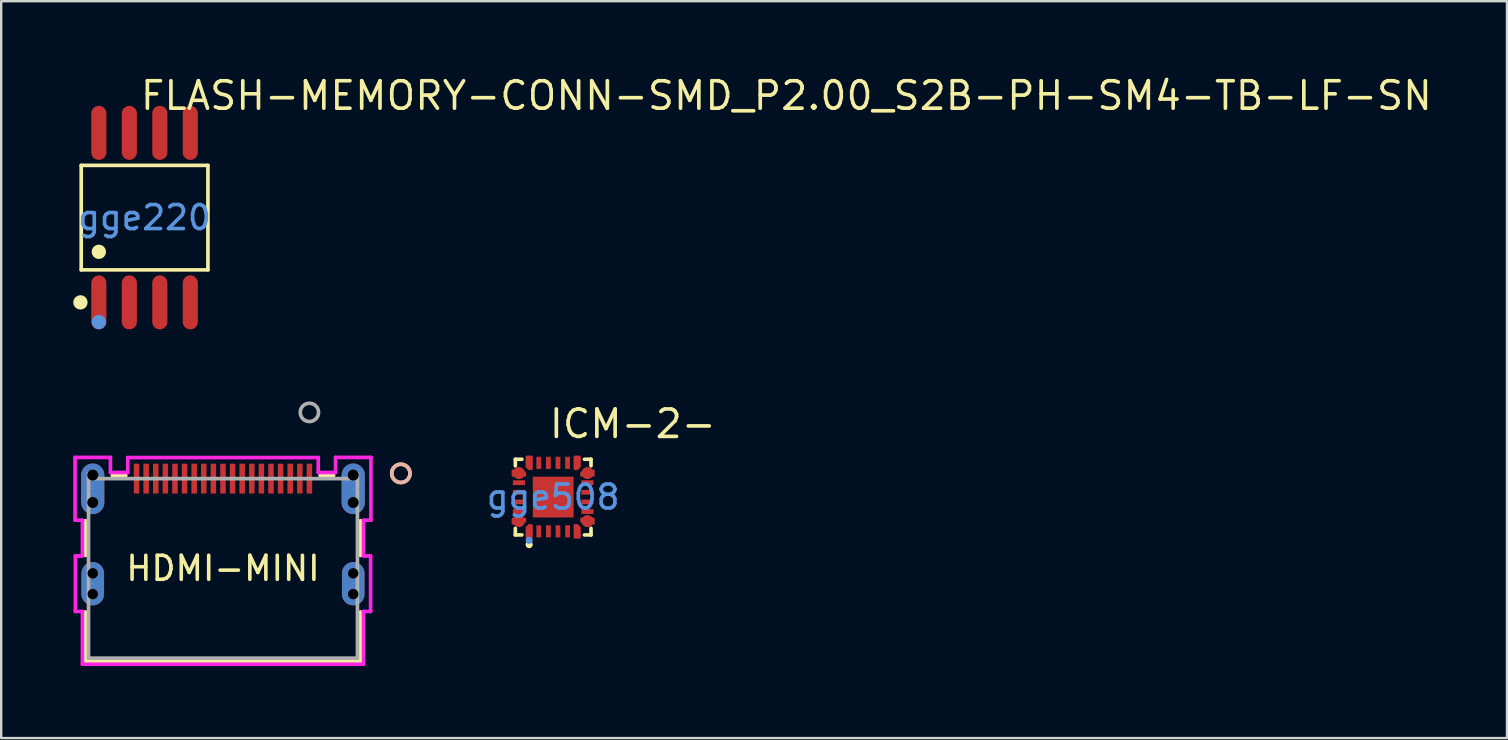
<source format=kicad_pcb>
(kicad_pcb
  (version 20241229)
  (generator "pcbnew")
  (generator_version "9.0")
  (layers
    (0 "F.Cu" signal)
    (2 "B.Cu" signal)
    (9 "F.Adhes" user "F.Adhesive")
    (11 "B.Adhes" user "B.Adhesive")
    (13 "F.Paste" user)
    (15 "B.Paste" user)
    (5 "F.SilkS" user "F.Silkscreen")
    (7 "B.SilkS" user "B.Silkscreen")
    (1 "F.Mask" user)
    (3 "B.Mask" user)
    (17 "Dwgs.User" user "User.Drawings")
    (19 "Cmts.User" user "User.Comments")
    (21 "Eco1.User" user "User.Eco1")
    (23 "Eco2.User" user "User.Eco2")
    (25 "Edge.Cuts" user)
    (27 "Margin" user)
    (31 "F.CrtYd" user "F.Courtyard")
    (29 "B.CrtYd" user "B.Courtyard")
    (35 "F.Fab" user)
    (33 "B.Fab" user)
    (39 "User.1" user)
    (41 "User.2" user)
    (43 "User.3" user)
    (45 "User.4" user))
  (footprint "FLASH-MEMORY-CONN-SMD_P2.00_S2B-PH-SM4-TB-LF-SN"
    (layer "F.Cu")
    (at 2.972 6.015)
    (property "Reference" "FLASH-MEMORY-CONN-SMD_P2.00_S2B-PH-SM4-TB-LF-SN" (at -0.254 -5.08 0) (layer "F.SilkS") (effects (font (size 1.143 1.143) (thickness 0.152)) (justify left)))
    (attr smd)
    (fp_line (start -2.639 -2.176) (end 2.639 -2.176) (stroke (width 0.152) (type solid)) (layer "F.SilkS"))
    (fp_line (start -2.639 2.176) (end -2.639 -2.176) (stroke (width 0.152) (type solid)) (layer "F.SilkS"))
    (fp_line (start 2.639 -2.176) (end 2.639 2.176) (stroke (width 0.152) (type solid)) (layer "F.SilkS"))
    (fp_line (start 2.639 2.176) (end -2.639 2.176) (stroke (width 0.152) (type solid)) (layer "F.SilkS"))
    (fp_circle (center -2.672 3.53) (end -2.522 3.53) (stroke (width 0.3) (type solid)) (fill no) (layer "F.SilkS"))
    (fp_circle (center -1.905 1.424) (end -1.755 1.424) (stroke (width 0.3) (type solid)) (fill no) (layer "F.SilkS"))
    (fp_circle (center -1.905 4.35) (end -1.755 4.35) (stroke (width 0.3) (type solid)) (fill no) (layer "Cmts.User"))
    (fp_text user "gge220" (at 0 0 0) (layer "Cmts.User") (effects (font (size 1 1) (thickness 0.15))))
    (pad "1" smd oval (at -1.905 3.53) (size 0.63 2.25) (layers "F.Cu" "F.Mask" "F.Paste"))
    (pad "2" smd oval (at -0.635 3.53) (size 0.63 2.25) (layers "F.Cu" "F.Mask" "F.Paste"))
    (pad "3" smd oval (at 0.635 3.53) (size 0.63 2.25) (layers "F.Cu" "F.Mask" "F.Paste"))
    (pad "4" smd oval (at 1.905 3.53) (size 0.63 2.25) (layers "F.Cu" "F.Mask" "F.Paste"))
    (pad "5" smd oval (at 1.905 -3.53) (size 0.63 2.25) (layers "F.Cu" "F.Mask" "F.Paste"))
    (pad "6" smd oval (at 0.635 -3.53) (size 0.63 2.25) (layers "F.Cu" "F.Mask" "F.Paste"))
    (pad "7" smd oval (at -0.635 -3.53) (size 0.63 2.25) (layers "F.Cu" "F.Mask" "F.Paste"))
    (pad "8" smd oval (at -1.905 -3.53) (size 0.63 2.25) (layers "F.Cu" "F.Mask" "F.Paste")))
  (footprint "HDMI-MINI"
    (layer "F.Cu")
    (at 6.238 20.625)
    (property "Reference" "HDMI-MINI" (at 0 0 0) (layer "F.SilkS") (effects (font (size 1 1) (thickness 0.15))))
    (attr through_hole)
    (fp_line (start -5.728 -1.986) (end -5.728 -0.536) (stroke (width 0.152) (type solid)) (layer "F.SilkS"))
    (fp_line (start -5.728 1.814) (end -5.728 3.866) (stroke (width 0.152) (type solid)) (layer "F.SilkS"))
    (fp_line (start -5.728 3.866) (end 5.728 3.866) (stroke (width 0.152) (type solid)) (layer "F.SilkS"))
    (fp_line (start -4.047 -3.866) (end -4.61 -3.866) (stroke (width 0.152) (type solid)) (layer "F.SilkS"))
    (fp_line (start 4.61 -3.866) (end 4.047 -3.866) (stroke (width 0.152) (type solid)) (layer "F.SilkS"))
    (fp_line (start 5.728 -0.536) (end 5.728 -1.986) (stroke (width 0.152) (type solid)) (layer "F.SilkS"))
    (fp_line (start 5.728 3.866) (end 5.728 1.814) (stroke (width 0.152) (type solid)) (layer "F.SilkS"))
    (fp_circle (center 7.41 -3.957) (end 7.791 -3.957) (stroke (width 0.152) (type solid)) (fill no) (layer "F.SilkS"))
    (fp_circle (center 7.41 -3.957) (end 7.791 -3.957) (stroke (width 0.152) (type solid)) (fill no) (layer "B.SilkS"))
    (fp_line (start -6.162 -4.622) (end -6.162 -2.006) (stroke (width 0.152) (type solid)) (layer "F.CrtYd"))
    (fp_line (start -6.162 -2.006) (end -5.855 -2.006) (stroke (width 0.152) (type solid)) (layer "F.CrtYd"))
    (fp_line (start -6.149 -0.517) (end -6.149 1.795) (stroke (width 0.152) (type solid)) (layer "F.CrtYd"))
    (fp_line (start -6.149 1.795) (end -5.855 1.795) (stroke (width 0.152) (type solid)) (layer "F.CrtYd"))
    (fp_line (start -5.855 -2.006) (end -5.855 -0.517) (stroke (width 0.152) (type solid)) (layer "F.CrtYd"))
    (fp_line (start -5.855 -0.517) (end -6.149 -0.517) (stroke (width 0.152) (type solid)) (layer "F.CrtYd"))
    (fp_line (start -5.855 1.795) (end -5.855 3.993) (stroke (width 0.152) (type solid)) (layer "F.CrtYd"))
    (fp_line (start -5.855 3.993) (end 5.855 3.993) (stroke (width 0.152) (type solid)) (layer "F.CrtYd"))
    (fp_line (start -4.688 -4.622) (end -6.162 -4.622) (stroke (width 0.152) (type solid)) (layer "F.CrtYd"))
    (fp_line (start -4.688 -3.993) (end -4.688 -4.622) (stroke (width 0.152) (type solid)) (layer "F.CrtYd"))
    (fp_line (start -3.968 -4.615) (end -3.968 -3.993) (stroke (width 0.152) (type solid)) (layer "F.CrtYd"))
    (fp_line (start -3.968 -3.993) (end -4.688 -3.993) (stroke (width 0.152) (type solid)) (layer "F.CrtYd"))
    (fp_line (start 3.968 -4.615) (end -3.968 -4.615) (stroke (width 0.152) (type solid)) (layer "F.CrtYd"))
    (fp_line (start 3.968 -3.993) (end 3.968 -4.615) (stroke (width 0.152) (type solid)) (layer "F.CrtYd"))
    (fp_line (start 4.688 -4.622) (end 4.688 -3.993) (stroke (width 0.152) (type solid)) (layer "F.CrtYd"))
    (fp_line (start 4.688 -3.993) (end 3.968 -3.993) (stroke (width 0.152) (type solid)) (layer "F.CrtYd"))
    (fp_line (start 5.855 -2.006) (end 6.162 -2.006) (stroke (width 0.152) (type solid)) (layer "F.CrtYd"))
    (fp_line (start 5.855 -0.517) (end 5.855 -2.006) (stroke (width 0.152) (type solid)) (layer "F.CrtYd"))
    (fp_line (start 5.855 1.795) (end 6.149 1.795) (stroke (width 0.152) (type solid)) (layer "F.CrtYd"))
    (fp_line (start 5.855 3.993) (end 5.855 1.795) (stroke (width 0.152) (type solid)) (layer "F.CrtYd"))
    (fp_line (start 6.149 -0.517) (end 5.855 -0.517) (stroke (width 0.152) (type solid)) (layer "F.CrtYd"))
    (fp_line (start 6.149 1.795) (end 6.149 -0.517) (stroke (width 0.152) (type solid)) (layer "F.CrtYd"))
    (fp_line (start 6.162 -4.622) (end 4.688 -4.622) (stroke (width 0.152) (type solid)) (layer "F.CrtYd"))
    (fp_line (start 6.162 -2.006) (end 6.162 -4.622) (stroke (width 0.152) (type solid)) (layer "F.CrtYd"))
    (fp_line (start -5.601 -3.957) (end -5.601 3.739) (stroke (width 0.152) (type solid)) (layer "F.Fab"))
    (fp_line (start -5.601 3.739) (end 5.601 3.739) (stroke (width 0.152) (type solid)) (layer "F.Fab"))
    (fp_line (start 5.601 -3.739) (end -5.601 -3.739) (stroke (width 0.152) (type solid)) (layer "F.Fab"))
    (fp_line (start 5.601 3.739) (end 5.601 -3.957) (stroke (width 0.152) (type solid)) (layer "F.Fab"))
    (fp_circle (center 3.6 -6.497) (end 3.981 -6.497) (stroke (width 0.152) (type solid)) (fill no) (layer "F.Fab"))
    (fp_text user "Copyright 2016 Accelerated Designs. All rights reserved." (at 0 0 0) (layer "Cmts.User") (effects (font (size 0.127 0.127) (thickness 0.002))))
    (pad "" np_thru_hole circle (at -5.425 -3.886) (size 0.457 0.457) (drill 0.457) (layers))
    (pad "" np_thru_hole circle (at -5.425 -2.743) (size 0.457 0.457) (drill 0.457) (layers))
    (pad "" np_thru_hole circle (at -5.425 0.207) (size 0.432 0.432) (drill 0.432) (layers))
    (pad "" np_thru_hole circle (at -5.425 1.071) (size 0.432 0.432) (drill 0.432) (layers))
    (pad "" np_thru_hole circle (at 5.425 -3.886) (size 0.457 0.457) (drill 0.457) (layers))
    (pad "" np_thru_hole circle (at 5.425 -2.743) (size 0.457 0.457) (drill 0.457) (layers))
    (pad "" np_thru_hole circle (at 5.425 0.207) (size 0.432 0.432) (drill 0.432) (layers))
    (pad "" np_thru_hole circle (at 5.425 1.071) (size 0.432 0.432) (drill 0.432) (layers))
    (pad "1" smd rect (at 3.6 -3.739) (size 0.229 1.245) (layers "F.Cu" "F.Mask" "F.Paste"))
    (pad "2" smd rect (at 3.2 -3.739) (size 0.229 1.245) (layers "F.Cu" "F.Mask" "F.Paste"))
    (pad "3" smd rect (at 2.8 -3.739) (size 0.229 1.245) (layers "F.Cu" "F.Mask" "F.Paste"))
    (pad "4" smd rect (at 2.4 -3.739) (size 0.229 1.245) (layers "F.Cu" "F.Mask" "F.Paste"))
    (pad "5" smd rect (at 2 -3.739) (size 0.229 1.245) (layers "F.Cu" "F.Mask" "F.Paste"))
    (pad "6" smd rect (at 1.6 -3.739) (size 0.229 1.245) (layers "F.Cu" "F.Mask" "F.Paste"))
    (pad "7" smd rect (at 1.2 -3.739) (size 0.229 1.245) (layers "F.Cu" "F.Mask" "F.Paste"))
    (pad "8" smd rect (at 0.8 -3.739) (size 0.229 1.245) (layers "F.Cu" "F.Mask" "F.Paste"))
    (pad "9" smd rect (at 0.4 -3.739) (size 0.229 1.245) (layers "F.Cu" "F.Mask" "F.Paste"))
    (pad "10" smd rect (at 0 -3.739) (size 0.229 1.245) (layers "F.Cu" "F.Mask" "F.Paste"))
    (pad "11" smd rect (at -0.4 -3.739) (size 0.229 1.245) (layers "F.Cu" "F.Mask" "F.Paste"))
    (pad "12" smd rect (at -0.8 -3.739) (size 0.229 1.245) (layers "F.Cu" "F.Mask" "F.Paste"))
    (pad "13" smd rect (at -1.2 -3.739) (size 0.229 1.245) (layers "F.Cu" "F.Mask" "F.Paste"))
    (pad "14" smd rect (at -1.6 -3.739) (size 0.229 1.245) (layers "F.Cu" "F.Mask" "F.Paste"))
    (pad "15" smd rect (at -2 -3.739) (size 0.229 1.245) (layers "F.Cu" "F.Mask" "F.Paste"))
    (pad "16" smd rect (at -2.4 -3.739) (size 0.229 1.245) (layers "F.Cu" "F.Mask" "F.Paste"))
    (pad "17" smd rect (at -2.8 -3.739) (size 0.229 1.245) (layers "F.Cu" "F.Mask" "F.Paste"))
    (pad "18" smd rect (at -3.2 -3.739) (size 0.229 1.245) (layers "F.Cu" "F.Mask" "F.Paste"))
    (pad "19" smd rect (at -3.6 -3.739) (size 0.229 1.245) (layers "F.Cu" "F.Mask" "F.Paste"))
    (pad "20" thru_hole oval (at -5.425 -3.314 90) (size 2.108 0.965) (drill 0.025) (layers "*.Cu" "*.Mask"))
    (pad "21" thru_hole oval (at 5.425 -3.314 90) (size 2.108 0.965) (drill 0.025) (layers "*.Cu" "*.Mask"))
    (pad "22" thru_hole oval (at -5.425 0.639 90) (size 1.803 0.94) (drill 0.025) (layers "*.Cu" "*.Mask"))
    (pad "23" thru_hole oval (at 5.425 0.639 90) (size 1.803 0.94) (drill 0.025) (layers "*.Cu" "*.Mask")))
  (footprint "ICM-2-"
    (layer "F.Cu")
    (at 19.992 17.656)
    (property "Reference" "ICM-2-" (at -0.24 -3.05 0) (layer "F.SilkS") (effects (font (size 1.143 1.143) (thickness 0.152)) (justify left)))
    (attr smd)
    (fp_line (start -1.576 -1.576) (end -1.303 -1.576) (stroke (width 0.152) (type solid)) (layer "F.SilkS"))
    (fp_line (start -1.576 -1.303) (end -1.576 -1.576) (stroke (width 0.152) (type solid)) (layer "F.SilkS"))
    (fp_line (start -1.576 1.303) (end -1.576 1.576) (stroke (width 0.152) (type solid)) (layer "F.SilkS"))
    (fp_line (start -1.576 1.576) (end -1.303 1.576) (stroke (width 0.152) (type solid)) (layer "F.SilkS"))
    (fp_line (start 1.576 -1.576) (end 1.303 -1.576) (stroke (width 0.152) (type solid)) (layer "F.SilkS"))
    (fp_line (start 1.576 -1.303) (end 1.576 -1.576) (stroke (width 0.152) (type solid)) (layer "F.SilkS"))
    (fp_line (start 1.576 1.303) (end 1.576 1.576) (stroke (width 0.152) (type solid)) (layer "F.SilkS"))
    (fp_line (start 1.576 1.576) (end 1.303 1.576) (stroke (width 0.152) (type solid)) (layer "F.SilkS"))
    (fp_circle (center -1 1.98) (end -0.925 1.98) (stroke (width 0.15) (type solid)) (fill no) (layer "F.SilkS"))
    (fp_poly (pts (xy -1.68 -0.7) (xy -1.68 -0.5) (xy -1.175 -0.5) (xy -1.175 -0.7)) (stroke (width 0) (type solid)) (fill yes) (layer "F.Paste"))
    (fp_poly (pts (xy -1.68 -0.3) (xy -1.68 -0.1) (xy -1.175 -0.1) (xy -1.175 -0.3)) (stroke (width 0) (type solid)) (fill yes) (layer "F.Paste"))
    (fp_poly (pts (xy -1.68 0.1) (xy -1.68 0.3) (xy -1.175 0.3) (xy -1.175 0.1)) (stroke (width 0) (type solid)) (fill yes) (layer "F.Paste"))
    (fp_poly (pts (xy -1.68 0.5) (xy -1.68 0.7) (xy -1.175 0.7) (xy -1.175 0.5)) (stroke (width 0) (type solid)) (fill yes) (layer "F.Paste"))
    (fp_poly (pts (xy -0.72 -0.72) (xy 0.72 -0.72) (xy 0.72 0.72) (xy -0.72 0.72)) (stroke (width 0) (type solid)) (fill yes) (layer "F.Paste"))
    (fp_poly (pts (xy -0.7 1.175) (xy -0.7 1.68) (xy -0.5 1.68) (xy -0.5 1.175)) (stroke (width 0) (type solid)) (fill yes) (layer "F.Paste"))
    (fp_poly (pts (xy -0.5 -1.175) (xy -0.5 -1.68) (xy -0.7 -1.68) (xy -0.7 -1.175)) (stroke (width 0) (type solid)) (fill yes) (layer "F.Paste"))
    (fp_poly (pts (xy -0.1 -1.175) (xy -0.1 -1.68) (xy -0.3 -1.68) (xy -0.3 -1.175)) (stroke (width 0) (type solid)) (fill yes) (layer "F.Paste"))
    (fp_poly (pts (xy -0.1 1.68) (xy -0.1 1.175) (xy -0.3 1.175) (xy -0.3 1.68)) (stroke (width 0) (type solid)) (fill yes) (layer "F.Paste"))
    (fp_poly (pts (xy 0.1 -1.68) (xy 0.1 -1.175) (xy 0.3 -1.175) (xy 0.3 -1.68)) (stroke (width 0) (type solid)) (fill yes) (layer "F.Paste"))
    (fp_poly (pts (xy 0.3 1.68) (xy 0.3 1.175) (xy 0.1 1.175) (xy 0.1 1.68)) (stroke (width 0) (type solid)) (fill yes) (layer "F.Paste"))
    (fp_poly (pts (xy 0.5 -1.68) (xy 0.5 -1.175) (xy 0.7 -1.175) (xy 0.7 -1.68)) (stroke (width 0) (type solid)) (fill yes) (layer "F.Paste"))
    (fp_poly (pts (xy 0.7 1.68) (xy 0.7 1.175) (xy 0.5 1.175) (xy 0.5 1.68)) (stroke (width 0) (type solid)) (fill yes) (layer "F.Paste"))
    (fp_poly (pts (xy 1.68 -0.5) (xy 1.68 -0.7) (xy 1.175 -0.7) (xy 1.175 -0.5)) (stroke (width 0) (type solid)) (fill yes) (layer "F.Paste"))
    (fp_poly (pts (xy 1.68 -0.1) (xy 1.68 -0.3) (xy 1.175 -0.3) (xy 1.175 -0.1)) (stroke (width 0) (type solid)) (fill yes) (layer "F.Paste"))
    (fp_poly (pts (xy 1.68 0.3) (xy 1.68 0.1) (xy 1.175 0.1) (xy 1.175 0.3)) (stroke (width 0) (type solid)) (fill yes) (layer "F.Paste"))
    (fp_poly (pts (xy 1.68 0.7) (xy 1.68 0.5) (xy 1.175 0.5) (xy 1.175 0.7)) (stroke (width 0) (type solid)) (fill yes) (layer "F.Paste"))
    (fp_poly (pts (xy -1.68 -1.1) (xy -1.68 -0.9) (xy -1.175 -0.9) (xy -1.174 -1) (xy -1.274 -1.1)) (stroke (width 0) (type solid)) (fill yes) (layer "F.Paste"))
    (fp_poly (pts (xy -1.68 0.9) (xy -1.68 1.1) (xy -1.274 1.1) (xy -1.174 1) (xy -1.175 0.9)) (stroke (width 0) (type solid)) (fill yes) (layer "F.Paste"))
    (fp_poly (pts (xy -0.9 -1.175) (xy -0.9 -1.68) (xy -1.1 -1.68) (xy -1.1 -1.274) (xy -1 -1.174)) (stroke (width 0) (type solid)) (fill yes) (layer "F.Paste"))
    (fp_poly (pts (xy -0.9 1.175) (xy -1 1.174) (xy -1.1 1.275) (xy -1.1 1.68) (xy -0.9 1.68)) (stroke (width 0) (type solid)) (fill yes) (layer "F.Paste"))
    (fp_poly (pts (xy 1 1.175) (xy 0.9 1.175) (xy 0.9 1.68) (xy 1.1 1.68) (xy 1.1 1.275)) (stroke (width 0) (type solid)) (fill yes) (layer "F.Paste"))
    (fp_poly (pts (xy 1.1 -1.274) (xy 1.1 -1.68) (xy 0.9 -1.68) (xy 0.9 -1.175) (xy 1 -1.174)) (stroke (width 0) (type solid)) (fill yes) (layer "F.Paste"))
    (fp_poly (pts (xy 1.274 -1.1) (xy 1.174 -1) (xy 1.175 -0.9) (xy 1.68 -0.9) (xy 1.68 -1.1)) (stroke (width 0) (type solid)) (fill yes) (layer "F.Paste"))
    (fp_poly (pts (xy 1.68 1.1) (xy 1.68 0.9) (xy 1.175 0.9) (xy 1.175 1) (xy 1.275 1.1)) (stroke (width 0) (type solid)) (fill yes) (layer "F.Paste"))
    (fp_circle (center -1 1.8) (end -0.925 1.8) (stroke (width 0.15) (type solid)) (fill no) (layer "Cmts.User"))
    (fp_text user "gge508" (at 0 0 0) (layer "Cmts.User") (effects (font (size 1 1) (thickness 0.15))))
    (pad "1" smd custom (at -1 1.427) (size 0.2 0.505) (layers "F.Cu" "F.Mask" "F.Paste") (options (anchor circle)) (primitives (gr_poly (pts (xy -0.1 0.253) (xy 0.1 0.253) (xy 0.1 -0.252) (xy 0 -0.253) (xy -0.1 -0.153)) (width 0.1) (fill yes))))
    (pad "2" smd rect (at -0.6 1.427) (size 0.2 0.505) (layers "F.Cu" "F.Mask" "F.Paste"))
    (pad "3" smd rect (at -0.2 1.427) (size 0.2 0.505) (layers "F.Cu" "F.Mask" "F.Paste"))
    (pad "4" smd rect (at 0.2 1.427) (size 0.2 0.505) (layers "F.Cu" "F.Mask" "F.Paste"))
    (pad "5" smd rect (at 0.6 1.427) (size 0.2 0.505) (layers "F.Cu" "F.Mask" "F.Paste"))
    (pad "6" smd custom (at 1 1.427) (size 0.2 0.505) (layers "F.Cu" "F.Mask" "F.Paste") (options (anchor circle)) (primitives (gr_poly (pts (xy 0.1 0.253) (xy -0.1 0.253) (xy -0.1 -0.252) (xy 0 -0.253) (xy 0.1 -0.153)) (width 0.1) (fill yes))))
    (pad "7" smd custom (at 1.427 1) (size 0.505 0.2) (layers "F.Cu" "F.Mask" "F.Paste") (options (anchor circle)) (primitives (gr_poly (pts (xy 0.253 0.1) (xy -0.153 0.1) (xy -0.253 0) (xy -0.252 -0.1) (xy 0.253 -0.1)) (width 0.1) (fill yes))))
    (pad "8" smd rect (at 1.427 0.6) (size 0.505 0.2) (layers "F.Cu" "F.Mask" "F.Paste"))
    (pad "9" smd rect (at 1.427 0.2) (size 0.505 0.2) (layers "F.Cu" "F.Mask" "F.Paste"))
    (pad "10" smd rect (at 1.427 -0.2) (size 0.505 0.2) (layers "F.Cu" "F.Mask" "F.Paste"))
    (pad "11" smd rect (at 1.427 -0.6) (size 0.505 0.2) (layers "F.Cu" "F.Mask" "F.Paste"))
    (pad "12" smd custom (at 1.427 -1) (size 0.505 0.2) (layers "F.Cu" "F.Mask" "F.Paste") (options (anchor circle)) (primitives (gr_poly (pts (xy 0.252 -0.1) (xy -0.153 -0.1) (xy -0.253 0) (xy -0.253 0.1) (xy 0.252 0.1)) (width 0.1) (fill yes))))
    (pad "13" smd custom (at 1 -1.427) (size 0.2 0.505) (layers "F.Cu" "F.Mask" "F.Paste") (options (anchor circle)) (primitives (gr_poly (pts (xy 0.1 -0.252) (xy -0.1 -0.252) (xy -0.1 0.253) (xy 0 0.253) (xy 0.1 0.153)) (width 0.1) (fill yes))))
    (pad "14" smd rect (at 0.6 -1.427) (size 0.2 0.505) (layers "F.Cu" "F.Mask" "F.Paste"))
    (pad "15" smd rect (at 0.2 -1.427) (size 0.2 0.505) (layers "F.Cu" "F.Mask" "F.Paste"))
    (pad "16" smd rect (at -0.2 -1.427) (size 0.2 0.505) (layers "F.Cu" "F.Mask" "F.Paste"))
    (pad "17" smd rect (at -0.6 -1.427) (size 0.2 0.505) (layers "F.Cu" "F.Mask" "F.Paste"))
    (pad "18" smd custom (at -1 -1.427) (size 0.2 0.505) (layers "F.Cu" "F.Mask" "F.Paste") (options (anchor circle)) (primitives (gr_poly (pts (xy -0.1 -0.253) (xy 0.1 -0.253) (xy 0.1 0.253) (xy 0 0.253) (xy -0.1 0.153)) (width 0.1) (fill yes))))
    (pad "19" smd custom (at -1.427 -1) (size 0.505 0.2) (layers "F.Cu" "F.Mask" "F.Paste") (options (anchor circle)) (primitives (gr_poly (pts (xy -0.253 -0.1) (xy 0.153 -0.1) (xy 0.253 0) (xy 0.253 0.1) (xy -0.253 0.1)) (width 0.1) (fill yes))))
    (pad "20" smd rect (at -1.427 -0.6) (size 0.505 0.2) (layers "F.Cu" "F.Mask" "F.Paste"))
    (pad "21" smd rect (at -1.427 -0.2) (size 0.505 0.2) (layers "F.Cu" "F.Mask" "F.Paste"))
    (pad "22" smd rect (at -1.427 0.2) (size 0.505 0.2) (layers "F.Cu" "F.Mask" "F.Paste"))
    (pad "23" smd rect (at -1.427 0.6) (size 0.505 0.2) (layers "F.Cu" "F.Mask" "F.Paste"))
    (pad "24" smd custom (at -1.427 1) (size 0.505 0.2) (layers "F.Cu" "F.Mask" "F.Paste") (options (anchor circle)) (primitives (gr_poly (pts (xy -0.253 0.1) (xy 0.153 0.1) (xy 0.253 0) (xy 0.253 -0.1) (xy -0.253 -0.1)) (width 0.1) (fill yes))))
    (pad "25" smd rect (at 0 0) (size 1.7 1.7) (layers "F.Cu" "F.Mask" "F.Paste")))
  (gr_rect
    (start -3 -3)
    (end 59.721 27.694)
    (stroke (width 0.1) (type default))
    (fill no)
    (layer "Edge.Cuts")))
</source>
